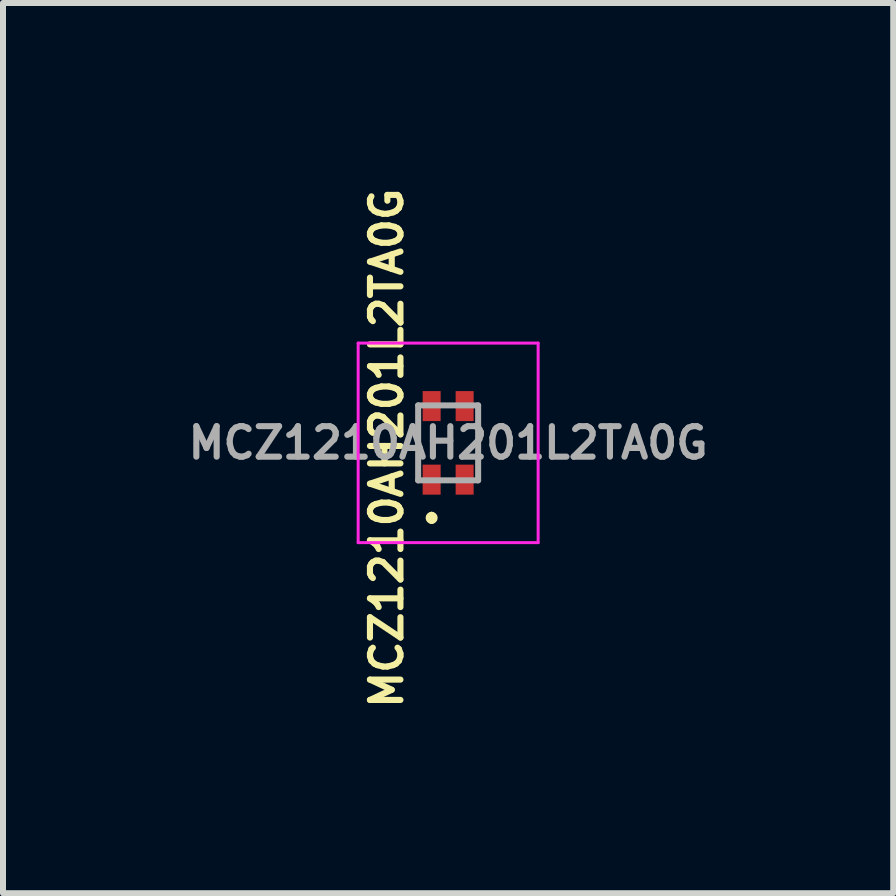
<source format=kicad_pcb>
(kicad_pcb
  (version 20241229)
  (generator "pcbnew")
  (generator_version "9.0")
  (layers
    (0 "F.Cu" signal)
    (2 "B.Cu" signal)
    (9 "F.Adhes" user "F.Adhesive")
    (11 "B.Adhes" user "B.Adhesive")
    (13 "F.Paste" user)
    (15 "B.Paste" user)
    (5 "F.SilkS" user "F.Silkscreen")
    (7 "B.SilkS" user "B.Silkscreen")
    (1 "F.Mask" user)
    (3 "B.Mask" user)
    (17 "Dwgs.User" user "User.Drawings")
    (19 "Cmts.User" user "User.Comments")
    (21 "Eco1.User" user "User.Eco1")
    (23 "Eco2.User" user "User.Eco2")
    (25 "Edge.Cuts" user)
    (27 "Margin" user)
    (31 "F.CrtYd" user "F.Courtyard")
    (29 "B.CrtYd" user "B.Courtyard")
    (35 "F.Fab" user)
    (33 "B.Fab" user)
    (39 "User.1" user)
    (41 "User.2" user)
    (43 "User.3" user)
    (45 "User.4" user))
  (footprint "MCZ1210AH201L2TA0G"
    (layer "F.Cu")
    (at 4.42 4.332)
    (property "Reference" "MCZ1210AH201L2TA0G" (at -1.025 0.088 90) (layer "F.SilkS") (effects (font (size 0.508 0.508) (thickness 0.102) (bold yes))))
    (attr smd)
    (fp_line (start -0.275 1.2) (end -0.275 1.2) (stroke (width 0.102) (type solid)) (layer "F.SilkS"))
    (fp_line (start -0.275 1.3) (end -0.275 1.3) (stroke (width 0.102) (type solid)) (layer "F.SilkS"))
    (fp_arc (start -0.275 1.2) (mid -0.225 1.25) (end -0.275 1.3) (stroke (width 0.1016) (type solid)) (layer "F.SilkS"))
    (fp_arc (start -0.275 1.3) (mid -0.325 1.25) (end -0.275 1.2) (stroke (width 0.1016) (type solid)) (layer "F.SilkS"))
    (fp_line (start -1.5 -1.663) (end -1.5 1.663) (stroke (width 0.05) (type solid)) (layer "F.CrtYd"))
    (fp_line (start -1.5 1.663) (end 1.5 1.663) (stroke (width 0.05) (type solid)) (layer "F.CrtYd"))
    (fp_line (start 1.5 -1.663) (end -1.5 -1.663) (stroke (width 0.05) (type solid)) (layer "F.CrtYd"))
    (fp_line (start 1.5 1.663) (end 1.5 -1.663) (stroke (width 0.05) (type solid)) (layer "F.CrtYd"))
    (fp_line (start -0.5 -0.625) (end -0.5 0.625) (stroke (width 0.1) (type solid)) (layer "F.Fab"))
    (fp_line (start -0.5 0.625) (end 0.5 0.625) (stroke (width 0.1) (type solid)) (layer "F.Fab"))
    (fp_line (start 0.5 -0.625) (end -0.5 -0.625) (stroke (width 0.1) (type solid)) (layer "F.Fab"))
    (fp_line (start 0.5 0.625) (end 0.5 -0.625) (stroke (width 0.1) (type solid)) (layer "F.Fab"))
    (fp_text user "${REFERENCE}" (at 0 0 0) (layer "F.Fab") (effects (font (size 0.508 0.508) (thickness 0.102) (bold yes))))
    (pad "1" smd rect (at 0.275 0.613) (size 0.3 0.5) (layers "F.Cu" "F.Mask" "F.Paste"))
    (pad "2" smd rect (at -0.275 0.613) (size 0.3 0.5) (layers "F.Cu" "F.Mask" "F.Paste"))
    (pad "3" smd rect (at -0.275 -0.613) (size 0.3 0.5) (layers "F.Cu" "F.Mask" "F.Paste"))
    (pad "4" smd rect (at 0.275 -0.613) (size 0.3 0.5) (layers "F.Cu" "F.Mask" "F.Paste")))
  (gr_rect
    (start -3 -3)
    (end 11.839 11.839)
    (stroke (width 0.1) (type default))
    (fill no)
    (layer "Edge.Cuts")))
</source>
